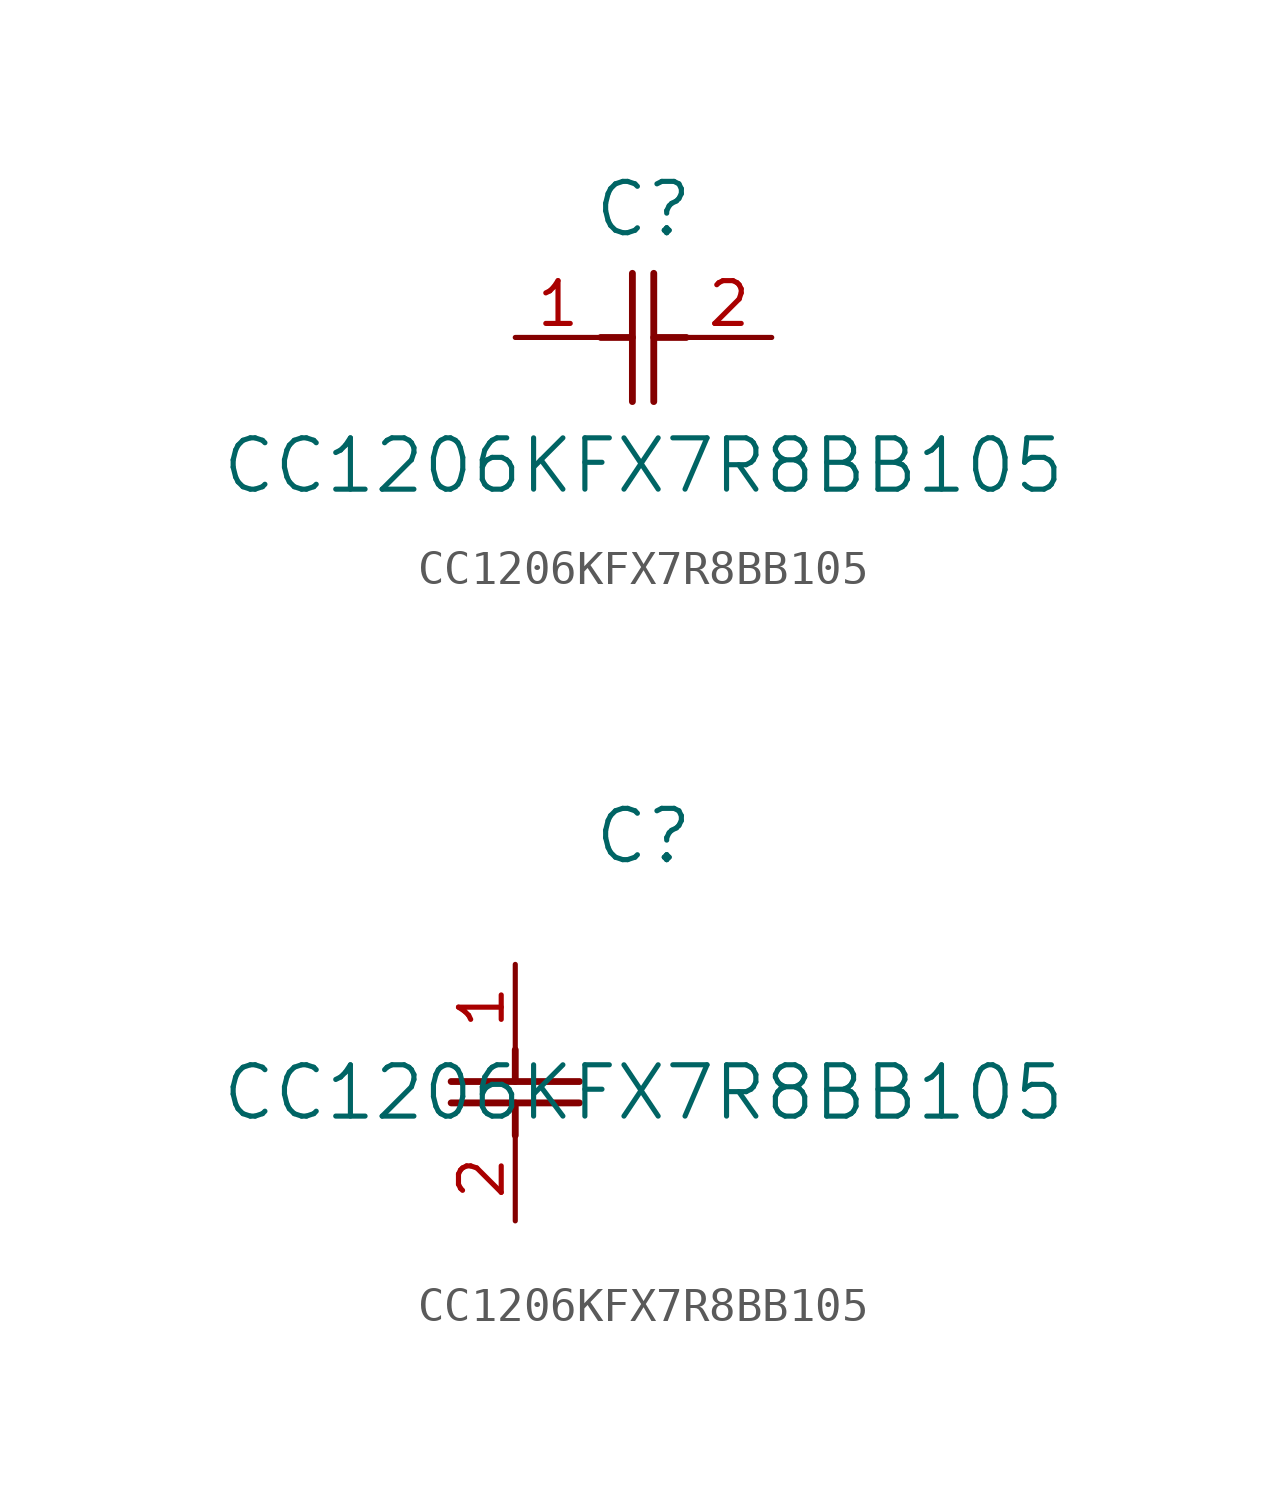
<source format=kicad_sym>
(kicad_symbol_lib
  (version 20211014)
  (generator kicad_symbol_editor)
  (symbol "CC1206KFX7R8BB105"
    (pin_names
      (offset 0.254))
    (property "Reference" "C"
      (at 3.81 3.81 0)
      (effects (font (size 1.524 1.524))))
    (property "Value" "CC1206KFX7R8BB105"
      (at 3.81 -3.81 0)
      (effects (font (size 1.524 1.524))))
    (symbol "CC1206KFX7R8BB105_1_1"
      (polyline (pts (xy 3.48 -1.905) (xy 3.48 1.905)) (stroke (width 0.203) (type default) (color 0 0 0 0)) (fill (type none)))
      (polyline (pts (xy 4.115 -1.905) (xy 4.115 1.905)) (stroke (width 0.203) (type default) (color 0 0 0 0)) (fill (type none)))
      (polyline (pts (xy 4.115 0) (xy 5.08 0)) (stroke (width 0.203) (type default) (color 0 0 0 0)) (fill (type none)))
      (polyline (pts (xy 2.54 0) (xy 3.48 0)) (stroke (width 0.203) (type default) (color 0 0 0 0)) (fill (type none)))
      (pin unspecified line (at 0 0 0) (length 2.54) (name "" (effects (font (size 1.27 1.27)))) (number "1" (effects (font (size 1.27 1.27)))))
      (pin unspecified line (at 7.62 0 180) (length 2.54) (name "" (effects (font (size 1.27 1.27)))) (number "2" (effects (font (size 1.27 1.27))))))
    (symbol "CC1206KFX7R8BB105_1_2"
      (polyline (pts (xy -1.905 -3.48) (xy 1.905 -3.48)) (stroke (width 0.203) (type default) (color 0 0 0 0)) (fill (type none)))
      (polyline (pts (xy -1.905 -4.115) (xy 1.905 -4.115)) (stroke (width 0.203) (type default) (color 0 0 0 0)) (fill (type none)))
      (polyline (pts (xy 0 -4.115) (xy 0 -5.08)) (stroke (width 0.203) (type default) (color 0 0 0 0)) (fill (type none)))
      (polyline (pts (xy 0 -2.54) (xy 0 -3.48)) (stroke (width 0.203) (type default) (color 0 0 0 0)) (fill (type none)))
      (pin unspecified line (at 0 0 270) (length 2.54) (name "" (effects (font (size 1.27 1.27)))) (number "1" (effects (font (size 1.27 1.27)))))
      (pin unspecified line (at 0 -7.62 90) (length 2.54) (name "" (effects (font (size 1.27 1.27)))) (number "2" (effects (font (size 1.27 1.27))))))))
</source>
